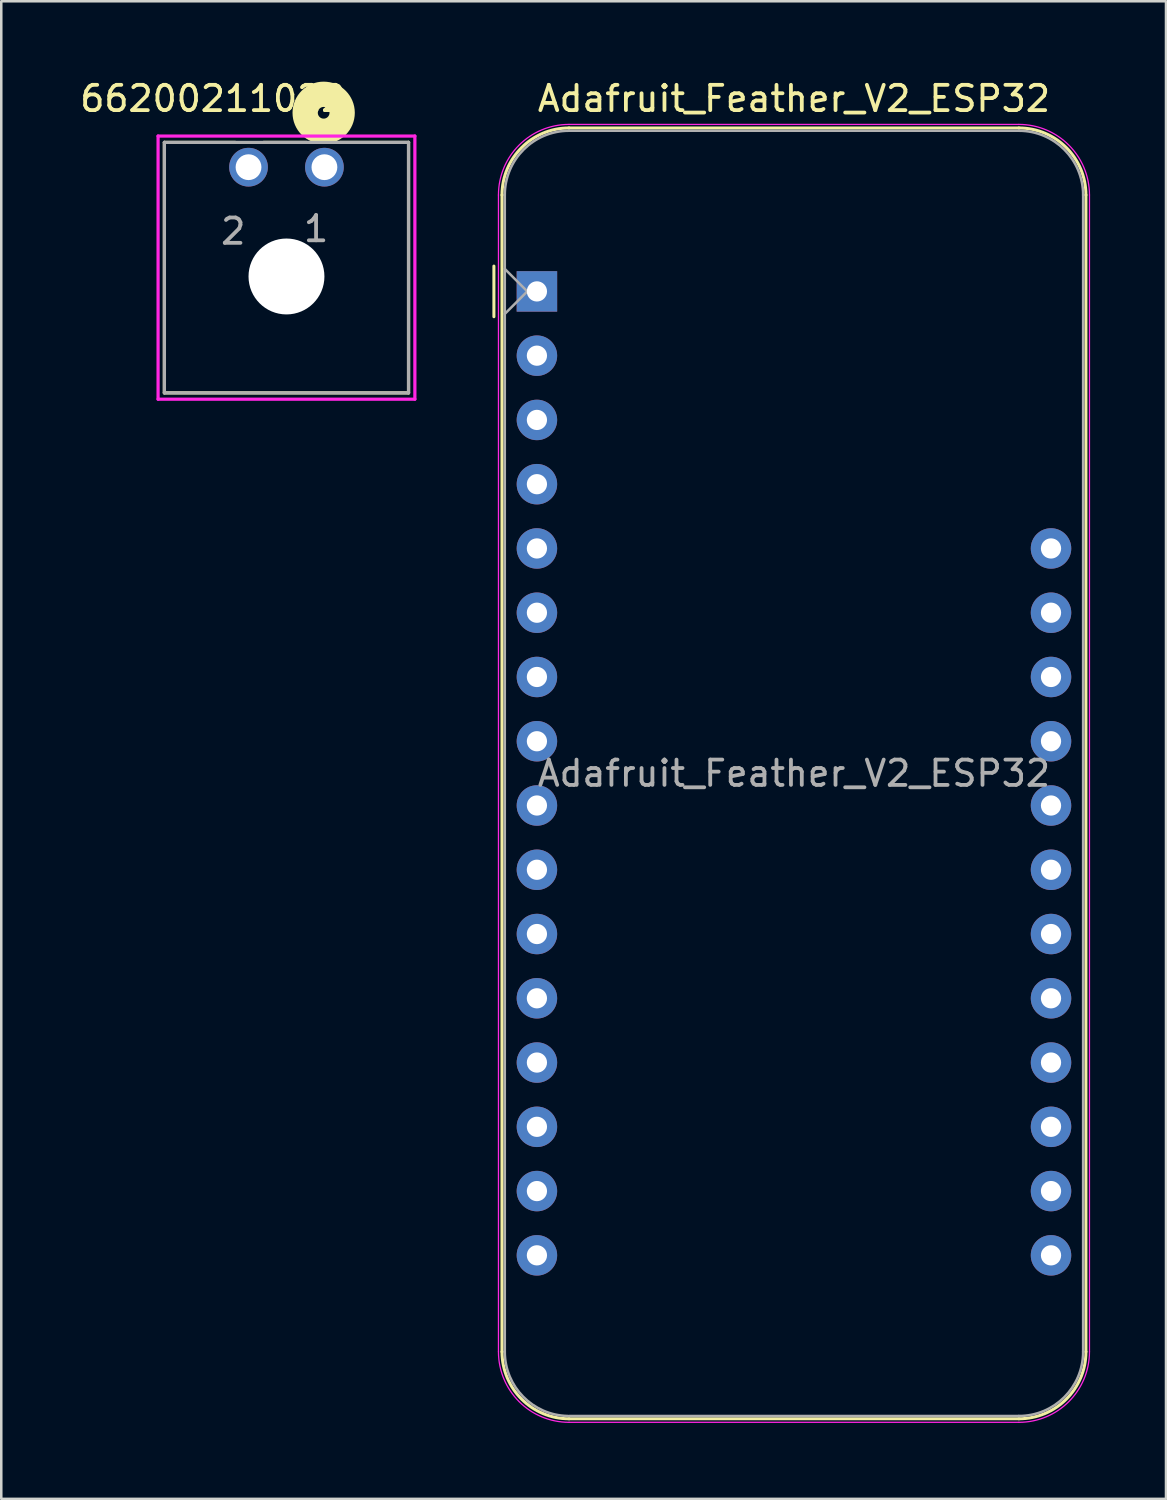
<source format=kicad_pcb>
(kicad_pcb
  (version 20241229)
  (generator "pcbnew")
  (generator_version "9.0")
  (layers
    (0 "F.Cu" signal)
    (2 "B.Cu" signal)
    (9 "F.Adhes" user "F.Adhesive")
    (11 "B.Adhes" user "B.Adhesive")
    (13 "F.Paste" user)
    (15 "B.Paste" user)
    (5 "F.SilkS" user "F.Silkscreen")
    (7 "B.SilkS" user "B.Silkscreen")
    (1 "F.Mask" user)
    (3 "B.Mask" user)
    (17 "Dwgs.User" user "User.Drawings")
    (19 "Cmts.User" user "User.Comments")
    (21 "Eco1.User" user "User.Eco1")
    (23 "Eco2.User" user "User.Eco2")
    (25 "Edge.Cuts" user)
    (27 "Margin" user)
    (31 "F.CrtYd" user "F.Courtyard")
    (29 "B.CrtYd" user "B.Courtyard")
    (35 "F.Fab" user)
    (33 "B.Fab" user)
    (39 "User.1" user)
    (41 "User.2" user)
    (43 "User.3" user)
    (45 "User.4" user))
  (footprint "Adafruit_Feather_V2_ESP32"
    (layer "F.Cu")
    (at 18.172 8.468)
    (property "Reference" "Adafruit_Feather_V2_ESP32" (at 10.16 -7.62 0) (layer "F.SilkS") (effects (font (size 1 1) (thickness 0.15))))
    (attr through_hole)
    (fp_line (start -1.7 1) (end -1.7 -1) (stroke (width 0.12) (type solid)) (layer "F.SilkS"))
    (fp_line (start -1.38 -3.81) (end -1.38 41.91) (stroke (width 0.12) (type solid)) (layer "F.SilkS"))
    (fp_line (start 19.05 -6.46) (end 1.27 -6.46) (stroke (width 0.12) (type solid)) (layer "F.SilkS"))
    (fp_line (start 19.05 44.56) (end 1.27 44.56) (stroke (width 0.12) (type solid)) (layer "F.SilkS"))
    (fp_line (start 21.7 -3.81) (end 21.7 41.91) (stroke (width 0.12) (type solid)) (layer "F.SilkS"))
    (fp_arc (start -1.38 -3.81) (mid -0.603833 -5.683833) (end 1.27 -6.46) (stroke (width 0.12) (type solid)) (layer "F.SilkS"))
    (fp_arc (start 1.27 44.56) (mid -0.603833 43.783833) (end -1.38 41.91) (stroke (width 0.12) (type solid)) (layer "F.SilkS"))
    (fp_arc (start 19.05 -6.46) (mid 20.923833 -5.683833) (end 21.7 -3.81) (stroke (width 0.12) (type solid)) (layer "F.SilkS"))
    (fp_arc (start 21.7 41.91) (mid 20.923833 43.783833) (end 19.05 44.56) (stroke (width 0.12) (type solid)) (layer "F.SilkS"))
    (fp_line (start -1.52 41.91) (end -1.52 -3.81) (stroke (width 0.05) (type solid)) (layer "F.CrtYd"))
    (fp_line (start 19.05 -6.6) (end 1.27 -6.6) (stroke (width 0.05) (type solid)) (layer "F.CrtYd"))
    (fp_line (start 19.05 44.7) (end 1.27 44.7) (stroke (width 0.05) (type solid)) (layer "F.CrtYd"))
    (fp_line (start 21.84 41.91) (end 21.84 -3.81) (stroke (width 0.05) (type solid)) (layer "F.CrtYd"))
    (fp_arc (start -1.52 -3.81) (mid -0.702828 -5.782828) (end 1.27 -6.6) (stroke (width 0.05) (type solid)) (layer "F.CrtYd"))
    (fp_arc (start 1.27 44.7) (mid -0.702828 43.882828) (end -1.52 41.91) (stroke (width 0.05) (type solid)) (layer "F.CrtYd"))
    (fp_arc (start 19.05 -6.6) (mid 21.022828 -5.782828) (end 21.84 -3.81) (stroke (width 0.05) (type solid)) (layer "F.CrtYd"))
    (fp_arc (start 21.84 41.91) (mid 21.022828 43.882828) (end 19.05 44.7) (stroke (width 0.05) (type solid)) (layer "F.CrtYd"))
    (fp_line (start -1.27 -3.81) (end -1.27 41.91) (stroke (width 0.1) (type solid)) (layer "F.Fab"))
    (fp_line (start -1.27 -0.889) (end -0.381 0) (stroke (width 0.1) (type solid)) (layer "F.Fab"))
    (fp_line (start -0.381 0) (end -1.27 0.889) (stroke (width 0.1) (type solid)) (layer "F.Fab"))
    (fp_line (start 1.27 44.45) (end 19.05 44.45) (stroke (width 0.1) (type solid)) (layer "F.Fab"))
    (fp_line (start 19.05 -6.35) (end 1.27 -6.35) (stroke (width 0.1) (type solid)) (layer "F.Fab"))
    (fp_line (start 21.59 41.91) (end 21.59 -3.81) (stroke (width 0.1) (type solid)) (layer "F.Fab"))
    (fp_arc (start -1.27 -3.81) (mid -0.526051 -5.606051) (end 1.27 -6.35) (stroke (width 0.1) (type solid)) (layer "F.Fab"))
    (fp_arc (start 1.221238 44.449532) (mid -0.543209 43.688728) (end -1.27 41.91) (stroke (width 0.1) (type solid)) (layer "F.Fab"))
    (fp_arc (start 19.05 -6.35) (mid 20.846051 -5.606051) (end 21.59 -3.81) (stroke (width 0.1) (type solid)) (layer "F.Fab"))
    (fp_arc (start 21.59 41.91) (mid 20.846051 43.706051) (end 19.05 44.45) (stroke (width 0.1) (type solid)) (layer "F.Fab"))
    (fp_text user "${REFERENCE}" (at 10.16 19.05 180) (layer "F.Fab") (effects (font (size 1 1) (thickness 0.15))))
    (pad "1" thru_hole rect (at 0 0 180) (size 1.6 1.6) (drill 0.8) (layers "*.Cu" "*.Mask"))
    (pad "2" thru_hole circle (at 0 2.54 180) (size 1.6 1.6) (drill 0.8) (layers "*.Cu" "*.Mask"))
    (pad "3" thru_hole circle (at 0 5.08 180) (size 1.6 1.6) (drill 0.8) (layers "*.Cu" "*.Mask"))
    (pad "4" thru_hole circle (at 0 7.62 180) (size 1.6 1.6) (drill 0.8) (layers "*.Cu" "*.Mask"))
    (pad "5" thru_hole circle (at 0 10.16 180) (size 1.6 1.6) (drill 0.8) (layers "*.Cu" "*.Mask"))
    (pad "6" thru_hole circle (at 0 12.7 180) (size 1.6 1.6) (drill 0.8) (layers "*.Cu" "*.Mask"))
    (pad "7" thru_hole circle (at 0 15.24 180) (size 1.6 1.6) (drill 0.8) (layers "*.Cu" "*.Mask"))
    (pad "8" thru_hole circle (at 0 17.78 180) (size 1.6 1.6) (drill 0.8) (layers "*.Cu" "*.Mask"))
    (pad "9" thru_hole circle (at 0 20.32 180) (size 1.6 1.6) (drill 0.8) (layers "*.Cu" "*.Mask"))
    (pad "10" thru_hole circle (at 0 22.86 180) (size 1.6 1.6) (drill 0.8) (layers "*.Cu" "*.Mask"))
    (pad "11" thru_hole circle (at 0 25.4 180) (size 1.6 1.6) (drill 0.8) (layers "*.Cu" "*.Mask"))
    (pad "12" thru_hole circle (at 0 27.94 180) (size 1.6 1.6) (drill 0.8) (layers "*.Cu" "*.Mask"))
    (pad "13" thru_hole circle (at 0 30.48 180) (size 1.6 1.6) (drill 0.8) (layers "*.Cu" "*.Mask"))
    (pad "14" thru_hole circle (at 0 33.02 180) (size 1.6 1.6) (drill 0.8) (layers "*.Cu" "*.Mask"))
    (pad "15" thru_hole circle (at 0 35.56 180) (size 1.6 1.6) (drill 0.8) (layers "*.Cu" "*.Mask"))
    (pad "16" thru_hole circle (at 0 38.1 180) (size 1.6 1.6) (drill 0.8) (layers "*.Cu" "*.Mask"))
    (pad "17" thru_hole circle (at 20.32 38.1 180) (size 1.6 1.6) (drill 0.8) (layers "*.Cu" "*.Mask"))
    (pad "18" thru_hole circle (at 20.32 35.56 180) (size 1.6 1.6) (drill 0.8) (layers "*.Cu" "*.Mask"))
    (pad "19" thru_hole circle (at 20.32 33.02 180) (size 1.6 1.6) (drill 0.8) (layers "*.Cu" "*.Mask"))
    (pad "20" thru_hole circle (at 20.32 30.48 180) (size 1.6 1.6) (drill 0.8) (layers "*.Cu" "*.Mask"))
    (pad "21" thru_hole circle (at 20.32 27.94 180) (size 1.6 1.6) (drill 0.8) (layers "*.Cu" "*.Mask"))
    (pad "22" thru_hole circle (at 20.32 25.4 180) (size 1.6 1.6) (drill 0.8) (layers "*.Cu" "*.Mask"))
    (pad "23" thru_hole circle (at 20.32 22.86 180) (size 1.6 1.6) (drill 0.8) (layers "*.Cu" "*.Mask"))
    (pad "24" thru_hole circle (at 20.32 20.32 180) (size 1.6 1.6) (drill 0.8) (layers "*.Cu" "*.Mask"))
    (pad "25" thru_hole circle (at 20.32 17.78 180) (size 1.6 1.6) (drill 0.8) (layers "*.Cu" "*.Mask"))
    (pad "26" thru_hole circle (at 20.32 15.24 180) (size 1.6 1.6) (drill 0.8) (layers "*.Cu" "*.Mask"))
    (pad "27" thru_hole circle (at 20.32 12.7 180) (size 1.6 1.6) (drill 0.8) (layers "*.Cu" "*.Mask"))
    (pad "28" thru_hole circle (at 20.32 10.16 180) (size 1.6 1.6) (drill 0.8) (layers "*.Cu" "*.Mask")))
  (footprint "66200211022"
    (layer "F.Cu")
    (at 8.273 7.878)
    (property "Reference" "66200211022" (at -2.91 -7.03 0) (layer "F.SilkS") (effects (font (size 1 1) (thickness 0.15))))
    (attr through_hole)
    (fp_line (start -4.825 4.6) (end -4.825 -5.3) (stroke (width 0.127) (type solid)) (layer "F.SilkS"))
    (fp_line (start -2.03 -5.3) (end -4.825 -5.3) (stroke (width 0.127) (type solid)) (layer "F.SilkS"))
    (fp_line (start -0.9 -5.3) (end 0.79 -5.3) (stroke (width 0.127) (type solid)) (layer "F.SilkS"))
    (fp_line (start 2.12 -5.3) (end 4.825 -5.3) (stroke (width 0.127) (type solid)) (layer "F.SilkS"))
    (fp_line (start 4.825 -5.3) (end 4.825 4.6) (stroke (width 0.127) (type solid)) (layer "F.SilkS"))
    (fp_line (start 4.825 4.6) (end -4.825 4.6) (stroke (width 0.127) (type solid)) (layer "F.SilkS"))
    (fp_circle (center 1.47 -6.47) (end 1.701 -6.47) (stroke (width 1) (type solid)) (fill no) (layer "F.SilkS"))
    (fp_line (start -5.075 -5.55) (end 5.075 -5.55) (stroke (width 0.127) (type solid)) (layer "F.CrtYd"))
    (fp_line (start -5.075 4.85) (end -5.075 -5.55) (stroke (width 0.127) (type solid)) (layer "F.CrtYd"))
    (fp_line (start 5.075 -5.55) (end 5.075 4.85) (stroke (width 0.127) (type solid)) (layer "F.CrtYd"))
    (fp_line (start 5.075 4.85) (end -5.075 4.85) (stroke (width 0.127) (type solid)) (layer "F.CrtYd"))
    (fp_line (start -4.825 -5.3) (end 4.825 -5.3) (stroke (width 0.127) (type solid)) (layer "F.Fab"))
    (fp_line (start -4.825 4.6) (end -4.825 -5.3) (stroke (width 0.127) (type solid)) (layer "F.Fab"))
    (fp_line (start 4.825 -5.3) (end 4.825 4.6) (stroke (width 0.127) (type solid)) (layer "F.Fab"))
    (fp_line (start 4.825 4.6) (end -4.825 4.6) (stroke (width 0.127) (type solid)) (layer "F.Fab"))
    (fp_text user "2" (at -2.105 -1.785 0) (layer "F.Fab") (effects (font (size 1 1) (thickness 0.15))))
    (fp_text user "1" (at 1.17 -1.885 0) (layer "F.Fab") (effects (font (size 1 1) (thickness 0.15))))
    (pad "" np_thru_hole circle (at 0 0) (size 3 3) (drill 3) (layers "*.Cu" "*.Mask"))
    (pad "1" thru_hole circle (at 1.5 -4.32) (size 1.53 1.53) (drill 1.02) (layers "*.Cu" "*.Mask"))
    (pad "2" thru_hole circle (at -1.5 -4.32) (size 1.53 1.53) (drill 1.02) (layers "*.Cu" "*.Mask")))
  (gr_rect
    (start -3 -3)
    (end 43.037 56.193)
    (stroke (width 0.1) (type default))
    (fill no)
    (layer "Edge.Cuts")))
</source>
